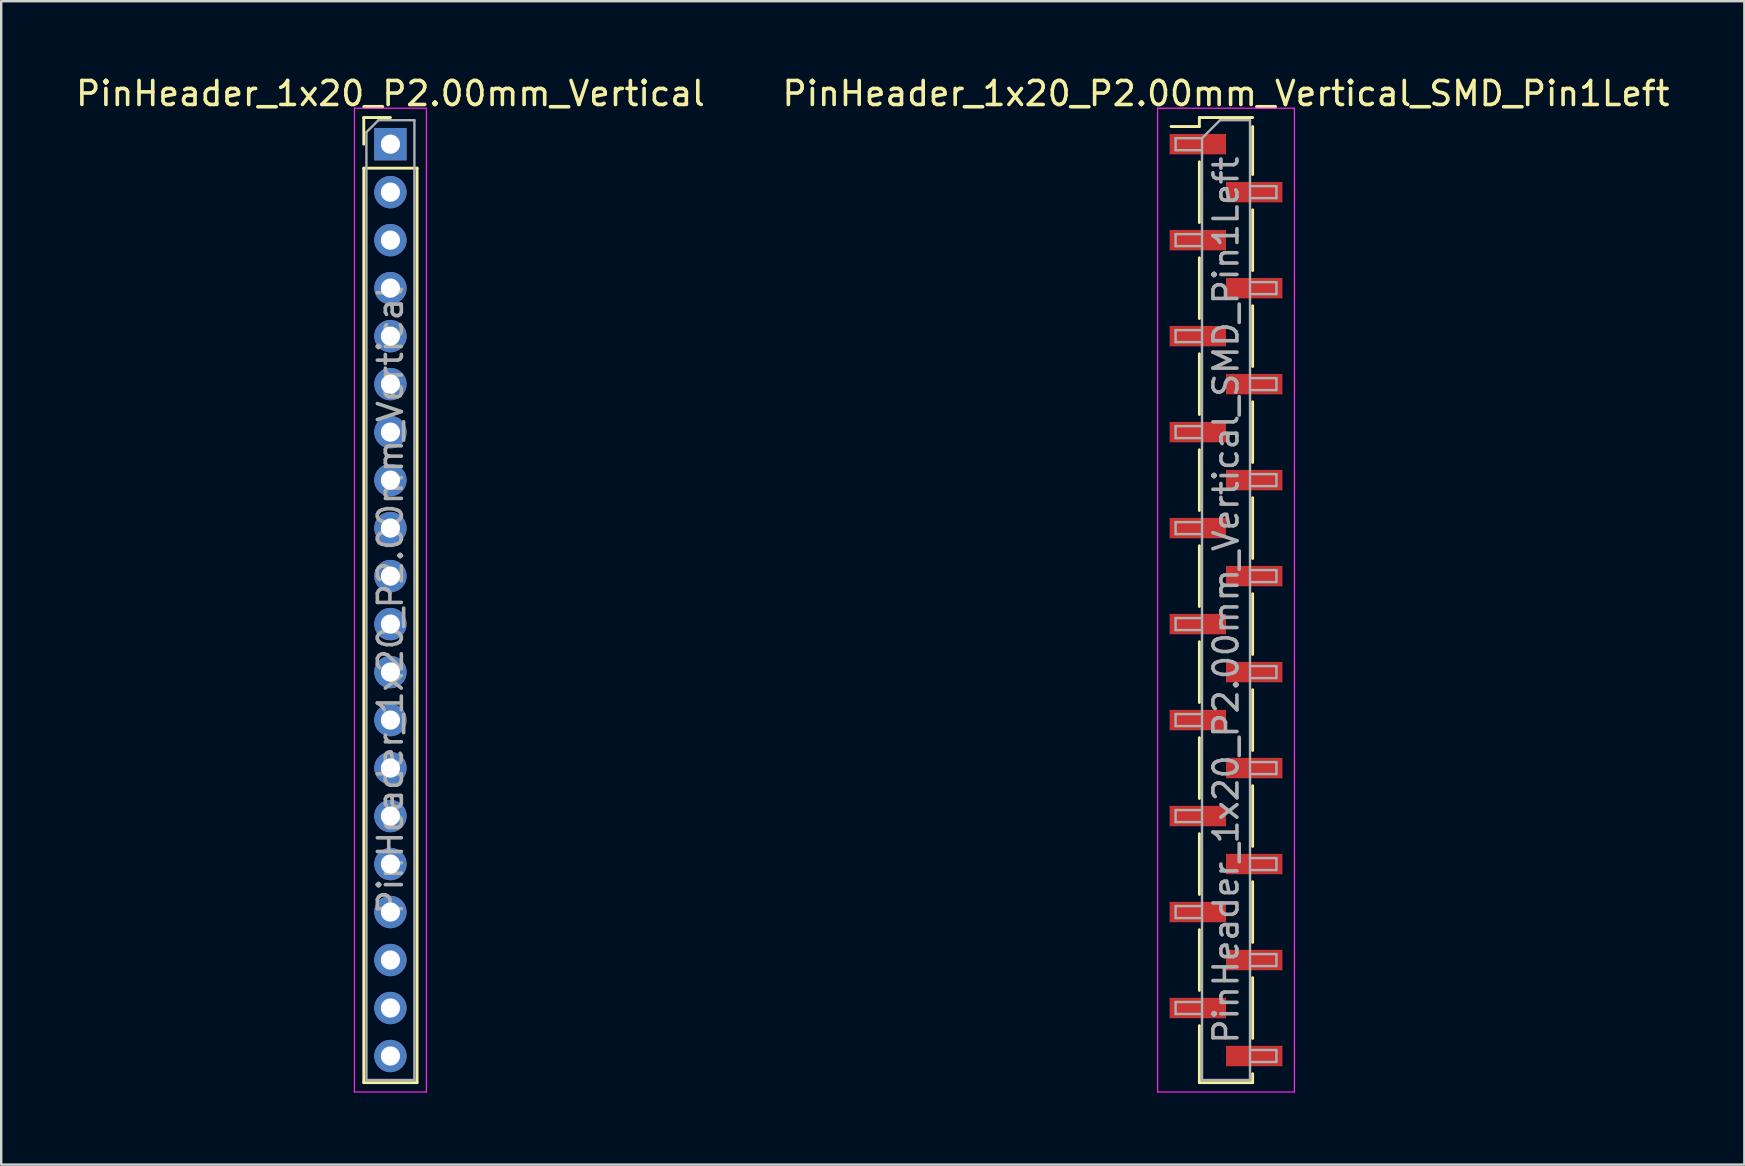
<source format=kicad_pcb>
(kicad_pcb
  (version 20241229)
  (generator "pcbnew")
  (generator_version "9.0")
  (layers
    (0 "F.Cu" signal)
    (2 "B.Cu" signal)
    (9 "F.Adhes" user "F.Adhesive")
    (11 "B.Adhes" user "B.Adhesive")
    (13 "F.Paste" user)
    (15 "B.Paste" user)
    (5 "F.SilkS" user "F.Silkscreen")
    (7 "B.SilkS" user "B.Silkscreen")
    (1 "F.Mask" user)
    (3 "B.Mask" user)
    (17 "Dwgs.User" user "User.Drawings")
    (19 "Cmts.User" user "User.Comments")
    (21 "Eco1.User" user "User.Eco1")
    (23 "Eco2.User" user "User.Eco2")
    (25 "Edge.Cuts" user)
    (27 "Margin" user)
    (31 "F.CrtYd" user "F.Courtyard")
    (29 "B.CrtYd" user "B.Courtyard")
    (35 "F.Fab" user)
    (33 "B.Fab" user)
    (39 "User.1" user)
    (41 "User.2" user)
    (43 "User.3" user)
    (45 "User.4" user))
  (footprint "PinHeader_1x20_P2.00mm_Vertical"
    (layer "F.Cu")
    (at 13.22 2.958)
    (property "Reference" "PinHeader_1x20_P2.00mm_Vertical" (at 0 -2.11 0) (layer "F.SilkS") (effects (font (size 1 1) (thickness 0.15))))
    (attr through_hole)
    (fp_line (start -1.11 -1.11) (end 0 -1.11) (stroke (width 0.12) (type solid)) (layer "F.SilkS"))
    (fp_line (start -1.11 0) (end -1.11 -1.11) (stroke (width 0.12) (type solid)) (layer "F.SilkS"))
    (fp_line (start -1.11 1) (end -1.11 39.11) (stroke (width 0.12) (type solid)) (layer "F.SilkS"))
    (fp_line (start -1.11 1) (end 1.11 1) (stroke (width 0.12) (type solid)) (layer "F.SilkS"))
    (fp_line (start -1.11 39.11) (end 1.11 39.11) (stroke (width 0.12) (type solid)) (layer "F.SilkS"))
    (fp_line (start 1.11 1) (end 1.11 39.11) (stroke (width 0.12) (type solid)) (layer "F.SilkS"))
    (fp_line (start -1.5 -1.5) (end -1.5 39.5) (stroke (width 0.05) (type solid)) (layer "F.CrtYd"))
    (fp_line (start -1.5 39.5) (end 1.5 39.5) (stroke (width 0.05) (type solid)) (layer "F.CrtYd"))
    (fp_line (start 1.5 -1.5) (end -1.5 -1.5) (stroke (width 0.05) (type solid)) (layer "F.CrtYd"))
    (fp_line (start 1.5 39.5) (end 1.5 -1.5) (stroke (width 0.05) (type solid)) (layer "F.CrtYd"))
    (fp_line (start -1 -0.5) (end -0.5 -1) (stroke (width 0.1) (type solid)) (layer "F.Fab"))
    (fp_line (start -1 39) (end -1 -0.5) (stroke (width 0.1) (type solid)) (layer "F.Fab"))
    (fp_line (start -0.5 -1) (end 1 -1) (stroke (width 0.1) (type solid)) (layer "F.Fab"))
    (fp_line (start 1 -1) (end 1 39) (stroke (width 0.1) (type solid)) (layer "F.Fab"))
    (fp_line (start 1 39) (end -1 39) (stroke (width 0.1) (type solid)) (layer "F.Fab"))
    (fp_text user "${REFERENCE}" (at 0 19 90) (layer "F.Fab") (effects (font (size 1 1) (thickness 0.15))))
    (pad "1" thru_hole rect (at 0 0) (size 1.35 1.35) (drill 0.8) (layers "*.Cu" "*.Mask"))
    (pad "2" thru_hole circle (at 0 2) (size 1.35 1.35) (drill 0.8) (layers "*.Cu" "*.Mask"))
    (pad "3" thru_hole circle (at 0 4) (size 1.35 1.35) (drill 0.8) (layers "*.Cu" "*.Mask"))
    (pad "4" thru_hole circle (at 0 6) (size 1.35 1.35) (drill 0.8) (layers "*.Cu" "*.Mask"))
    (pad "5" thru_hole circle (at 0 8) (size 1.35 1.35) (drill 0.8) (layers "*.Cu" "*.Mask"))
    (pad "6" thru_hole circle (at 0 10) (size 1.35 1.35) (drill 0.8) (layers "*.Cu" "*.Mask"))
    (pad "7" thru_hole circle (at 0 12) (size 1.35 1.35) (drill 0.8) (layers "*.Cu" "*.Mask"))
    (pad "8" thru_hole circle (at 0 14) (size 1.35 1.35) (drill 0.8) (layers "*.Cu" "*.Mask"))
    (pad "9" thru_hole circle (at 0 16) (size 1.35 1.35) (drill 0.8) (layers "*.Cu" "*.Mask"))
    (pad "10" thru_hole circle (at 0 18) (size 1.35 1.35) (drill 0.8) (layers "*.Cu" "*.Mask"))
    (pad "11" thru_hole circle (at 0 20) (size 1.35 1.35) (drill 0.8) (layers "*.Cu" "*.Mask"))
    (pad "12" thru_hole circle (at 0 22) (size 1.35 1.35) (drill 0.8) (layers "*.Cu" "*.Mask"))
    (pad "13" thru_hole circle (at 0 24) (size 1.35 1.35) (drill 0.8) (layers "*.Cu" "*.Mask"))
    (pad "14" thru_hole circle (at 0 26) (size 1.35 1.35) (drill 0.8) (layers "*.Cu" "*.Mask"))
    (pad "15" thru_hole circle (at 0 28) (size 1.35 1.35) (drill 0.8) (layers "*.Cu" "*.Mask"))
    (pad "16" thru_hole circle (at 0 30) (size 1.35 1.35) (drill 0.8) (layers "*.Cu" "*.Mask"))
    (pad "17" thru_hole circle (at 0 32) (size 1.35 1.35) (drill 0.8) (layers "*.Cu" "*.Mask"))
    (pad "18" thru_hole circle (at 0 34) (size 1.35 1.35) (drill 0.8) (layers "*.Cu" "*.Mask"))
    (pad "19" thru_hole circle (at 0 36) (size 1.35 1.35) (drill 0.8) (layers "*.Cu" "*.Mask"))
    (pad "20" thru_hole circle (at 0 38) (size 1.35 1.35) (drill 0.8) (layers "*.Cu" "*.Mask")))
  (footprint "PinHeader_1x20_P2.00mm_Vertical_SMD_Pin1Left"
    (layer "F.Cu")
    (at 48.042 21.958)
    (property "Reference" "PinHeader_1x20_P2.00mm_Vertical_SMD_Pin1Left" (at 0 -21.11 0) (layer "F.SilkS") (effects (font (size 1 1) (thickness 0.15))))
    (attr smd)
    (fp_line (start -1.11 -20.11) (end -1.11 -19.735) (stroke (width 0.12) (type solid)) (layer "F.SilkS"))
    (fp_line (start -1.11 -20.11) (end 1.11 -20.11) (stroke (width 0.12) (type solid)) (layer "F.SilkS"))
    (fp_line (start -1.11 -19.735) (end -2.29 -19.735) (stroke (width 0.12) (type solid)) (layer "F.SilkS"))
    (fp_line (start -1.11 -18.265) (end -1.11 -15.735) (stroke (width 0.12) (type solid)) (layer "F.SilkS"))
    (fp_line (start -1.11 -14.265) (end -1.11 -11.735) (stroke (width 0.12) (type solid)) (layer "F.SilkS"))
    (fp_line (start -1.11 -10.265) (end -1.11 -7.735) (stroke (width 0.12) (type solid)) (layer "F.SilkS"))
    (fp_line (start -1.11 -6.265) (end -1.11 -3.735) (stroke (width 0.12) (type solid)) (layer "F.SilkS"))
    (fp_line (start -1.11 -2.265) (end -1.11 0.265) (stroke (width 0.12) (type solid)) (layer "F.SilkS"))
    (fp_line (start -1.11 1.735) (end -1.11 4.265) (stroke (width 0.12) (type solid)) (layer "F.SilkS"))
    (fp_line (start -1.11 5.735) (end -1.11 8.265) (stroke (width 0.12) (type solid)) (layer "F.SilkS"))
    (fp_line (start -1.11 9.735) (end -1.11 12.265) (stroke (width 0.12) (type solid)) (layer "F.SilkS"))
    (fp_line (start -1.11 13.735) (end -1.11 16.265) (stroke (width 0.12) (type solid)) (layer "F.SilkS"))
    (fp_line (start -1.11 17.735) (end -1.11 20.11) (stroke (width 0.12) (type solid)) (layer "F.SilkS"))
    (fp_line (start -1.11 20.11) (end 1.11 20.11) (stroke (width 0.12) (type solid)) (layer "F.SilkS"))
    (fp_line (start 1.11 -19.735) (end 1.11 -17.735) (stroke (width 0.12) (type solid)) (layer "F.SilkS"))
    (fp_line (start 1.11 -16.265) (end 1.11 -13.735) (stroke (width 0.12) (type solid)) (layer "F.SilkS"))
    (fp_line (start 1.11 -12.265) (end 1.11 -9.735) (stroke (width 0.12) (type solid)) (layer "F.SilkS"))
    (fp_line (start 1.11 -8.265) (end 1.11 -5.735) (stroke (width 0.12) (type solid)) (layer "F.SilkS"))
    (fp_line (start 1.11 -4.265) (end 1.11 -1.735) (stroke (width 0.12) (type solid)) (layer "F.SilkS"))
    (fp_line (start 1.11 -0.265) (end 1.11 2.265) (stroke (width 0.12) (type solid)) (layer "F.SilkS"))
    (fp_line (start 1.11 3.735) (end 1.11 6.265) (stroke (width 0.12) (type solid)) (layer "F.SilkS"))
    (fp_line (start 1.11 7.735) (end 1.11 10.265) (stroke (width 0.12) (type solid)) (layer "F.SilkS"))
    (fp_line (start 1.11 11.735) (end 1.11 14.265) (stroke (width 0.12) (type solid)) (layer "F.SilkS"))
    (fp_line (start 1.11 15.735) (end 1.11 18.265) (stroke (width 0.12) (type solid)) (layer "F.SilkS"))
    (fp_line (start 1.11 19.735) (end 1.11 20.11) (stroke (width 0.12) (type solid)) (layer "F.SilkS"))
    (fp_line (start -2.85 -20.5) (end -2.85 20.5) (stroke (width 0.05) (type solid)) (layer "F.CrtYd"))
    (fp_line (start -2.85 20.5) (end 2.85 20.5) (stroke (width 0.05) (type solid)) (layer "F.CrtYd"))
    (fp_line (start 2.85 -20.5) (end -2.85 -20.5) (stroke (width 0.05) (type solid)) (layer "F.CrtYd"))
    (fp_line (start 2.85 20.5) (end 2.85 -20.5) (stroke (width 0.05) (type solid)) (layer "F.CrtYd"))
    (fp_line (start -2.1 -19.25) (end -2.1 -18.75) (stroke (width 0.1) (type solid)) (layer "F.Fab"))
    (fp_line (start -2.1 -18.75) (end -1 -18.75) (stroke (width 0.1) (type solid)) (layer "F.Fab"))
    (fp_line (start -2.1 -15.25) (end -2.1 -14.75) (stroke (width 0.1) (type solid)) (layer "F.Fab"))
    (fp_line (start -2.1 -14.75) (end -1 -14.75) (stroke (width 0.1) (type solid)) (layer "F.Fab"))
    (fp_line (start -2.1 -11.25) (end -2.1 -10.75) (stroke (width 0.1) (type solid)) (layer "F.Fab"))
    (fp_line (start -2.1 -10.75) (end -1 -10.75) (stroke (width 0.1) (type solid)) (layer "F.Fab"))
    (fp_line (start -2.1 -7.25) (end -2.1 -6.75) (stroke (width 0.1) (type solid)) (layer "F.Fab"))
    (fp_line (start -2.1 -6.75) (end -1 -6.75) (stroke (width 0.1) (type solid)) (layer "F.Fab"))
    (fp_line (start -2.1 -3.25) (end -2.1 -2.75) (stroke (width 0.1) (type solid)) (layer "F.Fab"))
    (fp_line (start -2.1 -2.75) (end -1 -2.75) (stroke (width 0.1) (type solid)) (layer "F.Fab"))
    (fp_line (start -2.1 0.75) (end -2.1 1.25) (stroke (width 0.1) (type solid)) (layer "F.Fab"))
    (fp_line (start -2.1 1.25) (end -1 1.25) (stroke (width 0.1) (type solid)) (layer "F.Fab"))
    (fp_line (start -2.1 4.75) (end -2.1 5.25) (stroke (width 0.1) (type solid)) (layer "F.Fab"))
    (fp_line (start -2.1 5.25) (end -1 5.25) (stroke (width 0.1) (type solid)) (layer "F.Fab"))
    (fp_line (start -2.1 8.75) (end -2.1 9.25) (stroke (width 0.1) (type solid)) (layer "F.Fab"))
    (fp_line (start -2.1 9.25) (end -1 9.25) (stroke (width 0.1) (type solid)) (layer "F.Fab"))
    (fp_line (start -2.1 12.75) (end -2.1 13.25) (stroke (width 0.1) (type solid)) (layer "F.Fab"))
    (fp_line (start -2.1 13.25) (end -1 13.25) (stroke (width 0.1) (type solid)) (layer "F.Fab"))
    (fp_line (start -2.1 16.75) (end -2.1 17.25) (stroke (width 0.1) (type solid)) (layer "F.Fab"))
    (fp_line (start -2.1 17.25) (end -1 17.25) (stroke (width 0.1) (type solid)) (layer "F.Fab"))
    (fp_line (start -1 -19.25) (end -2.1 -19.25) (stroke (width 0.1) (type solid)) (layer "F.Fab"))
    (fp_line (start -1 -19.25) (end -0.25 -20) (stroke (width 0.1) (type solid)) (layer "F.Fab"))
    (fp_line (start -1 -15.25) (end -2.1 -15.25) (stroke (width 0.1) (type solid)) (layer "F.Fab"))
    (fp_line (start -1 -11.25) (end -2.1 -11.25) (stroke (width 0.1) (type solid)) (layer "F.Fab"))
    (fp_line (start -1 -7.25) (end -2.1 -7.25) (stroke (width 0.1) (type solid)) (layer "F.Fab"))
    (fp_line (start -1 -3.25) (end -2.1 -3.25) (stroke (width 0.1) (type solid)) (layer "F.Fab"))
    (fp_line (start -1 0.75) (end -2.1 0.75) (stroke (width 0.1) (type solid)) (layer "F.Fab"))
    (fp_line (start -1 4.75) (end -2.1 4.75) (stroke (width 0.1) (type solid)) (layer "F.Fab"))
    (fp_line (start -1 8.75) (end -2.1 8.75) (stroke (width 0.1) (type solid)) (layer "F.Fab"))
    (fp_line (start -1 12.75) (end -2.1 12.75) (stroke (width 0.1) (type solid)) (layer "F.Fab"))
    (fp_line (start -1 16.75) (end -2.1 16.75) (stroke (width 0.1) (type solid)) (layer "F.Fab"))
    (fp_line (start -1 20) (end -1 -19.25) (stroke (width 0.1) (type solid)) (layer "F.Fab"))
    (fp_line (start -0.25 -20) (end 1 -20) (stroke (width 0.1) (type solid)) (layer "F.Fab"))
    (fp_line (start 1 -20) (end 1 20) (stroke (width 0.1) (type solid)) (layer "F.Fab"))
    (fp_line (start 1 -17.25) (end 2.1 -17.25) (stroke (width 0.1) (type solid)) (layer "F.Fab"))
    (fp_line (start 1 -13.25) (end 2.1 -13.25) (stroke (width 0.1) (type solid)) (layer "F.Fab"))
    (fp_line (start 1 -9.25) (end 2.1 -9.25) (stroke (width 0.1) (type solid)) (layer "F.Fab"))
    (fp_line (start 1 -5.25) (end 2.1 -5.25) (stroke (width 0.1) (type solid)) (layer "F.Fab"))
    (fp_line (start 1 -1.25) (end 2.1 -1.25) (stroke (width 0.1) (type solid)) (layer "F.Fab"))
    (fp_line (start 1 2.75) (end 2.1 2.75) (stroke (width 0.1) (type solid)) (layer "F.Fab"))
    (fp_line (start 1 6.75) (end 2.1 6.75) (stroke (width 0.1) (type solid)) (layer "F.Fab"))
    (fp_line (start 1 10.75) (end 2.1 10.75) (stroke (width 0.1) (type solid)) (layer "F.Fab"))
    (fp_line (start 1 14.75) (end 2.1 14.75) (stroke (width 0.1) (type solid)) (layer "F.Fab"))
    (fp_line (start 1 18.75) (end 2.1 18.75) (stroke (width 0.1) (type solid)) (layer "F.Fab"))
    (fp_line (start 1 20) (end -1 20) (stroke (width 0.1) (type solid)) (layer "F.Fab"))
    (fp_line (start 2.1 -17.25) (end 2.1 -16.75) (stroke (width 0.1) (type solid)) (layer "F.Fab"))
    (fp_line (start 2.1 -16.75) (end 1 -16.75) (stroke (width 0.1) (type solid)) (layer "F.Fab"))
    (fp_line (start 2.1 -13.25) (end 2.1 -12.75) (stroke (width 0.1) (type solid)) (layer "F.Fab"))
    (fp_line (start 2.1 -12.75) (end 1 -12.75) (stroke (width 0.1) (type solid)) (layer "F.Fab"))
    (fp_line (start 2.1 -9.25) (end 2.1 -8.75) (stroke (width 0.1) (type solid)) (layer "F.Fab"))
    (fp_line (start 2.1 -8.75) (end 1 -8.75) (stroke (width 0.1) (type solid)) (layer "F.Fab"))
    (fp_line (start 2.1 -5.25) (end 2.1 -4.75) (stroke (width 0.1) (type solid)) (layer "F.Fab"))
    (fp_line (start 2.1 -4.75) (end 1 -4.75) (stroke (width 0.1) (type solid)) (layer "F.Fab"))
    (fp_line (start 2.1 -1.25) (end 2.1 -0.75) (stroke (width 0.1) (type solid)) (layer "F.Fab"))
    (fp_line (start 2.1 -0.75) (end 1 -0.75) (stroke (width 0.1) (type solid)) (layer "F.Fab"))
    (fp_line (start 2.1 2.75) (end 2.1 3.25) (stroke (width 0.1) (type solid)) (layer "F.Fab"))
    (fp_line (start 2.1 3.25) (end 1 3.25) (stroke (width 0.1) (type solid)) (layer "F.Fab"))
    (fp_line (start 2.1 6.75) (end 2.1 7.25) (stroke (width 0.1) (type solid)) (layer "F.Fab"))
    (fp_line (start 2.1 7.25) (end 1 7.25) (stroke (width 0.1) (type solid)) (layer "F.Fab"))
    (fp_line (start 2.1 10.75) (end 2.1 11.25) (stroke (width 0.1) (type solid)) (layer "F.Fab"))
    (fp_line (start 2.1 11.25) (end 1 11.25) (stroke (width 0.1) (type solid)) (layer "F.Fab"))
    (fp_line (start 2.1 14.75) (end 2.1 15.25) (stroke (width 0.1) (type solid)) (layer "F.Fab"))
    (fp_line (start 2.1 15.25) (end 1 15.25) (stroke (width 0.1) (type solid)) (layer "F.Fab"))
    (fp_line (start 2.1 18.75) (end 2.1 19.25) (stroke (width 0.1) (type solid)) (layer "F.Fab"))
    (fp_line (start 2.1 19.25) (end 1 19.25) (stroke (width 0.1) (type solid)) (layer "F.Fab"))
    (fp_text user "${REFERENCE}" (at 0 0 90) (layer "F.Fab") (effects (font (size 1 1) (thickness 0.15))))
    (pad "1" smd rect (at -1.175 -19) (size 2.35 0.85) (layers "F.Cu" "F.Mask" "F.Paste"))
    (pad "2" smd rect (at 1.175 -17) (size 2.35 0.85) (layers "F.Cu" "F.Mask" "F.Paste"))
    (pad "3" smd rect (at -1.175 -15) (size 2.35 0.85) (layers "F.Cu" "F.Mask" "F.Paste"))
    (pad "4" smd rect (at 1.175 -13) (size 2.35 0.85) (layers "F.Cu" "F.Mask" "F.Paste"))
    (pad "5" smd rect (at -1.175 -11) (size 2.35 0.85) (layers "F.Cu" "F.Mask" "F.Paste"))
    (pad "6" smd rect (at 1.175 -9) (size 2.35 0.85) (layers "F.Cu" "F.Mask" "F.Paste"))
    (pad "7" smd rect (at -1.175 -7) (size 2.35 0.85) (layers "F.Cu" "F.Mask" "F.Paste"))
    (pad "8" smd rect (at 1.175 -5) (size 2.35 0.85) (layers "F.Cu" "F.Mask" "F.Paste"))
    (pad "9" smd rect (at -1.175 -3) (size 2.35 0.85) (layers "F.Cu" "F.Mask" "F.Paste"))
    (pad "10" smd rect (at 1.175 -1) (size 2.35 0.85) (layers "F.Cu" "F.Mask" "F.Paste"))
    (pad "11" smd rect (at -1.175 1) (size 2.35 0.85) (layers "F.Cu" "F.Mask" "F.Paste"))
    (pad "12" smd rect (at 1.175 3) (size 2.35 0.85) (layers "F.Cu" "F.Mask" "F.Paste"))
    (pad "13" smd rect (at -1.175 5) (size 2.35 0.85) (layers "F.Cu" "F.Mask" "F.Paste"))
    (pad "14" smd rect (at 1.175 7) (size 2.35 0.85) (layers "F.Cu" "F.Mask" "F.Paste"))
    (pad "15" smd rect (at -1.175 9) (size 2.35 0.85) (layers "F.Cu" "F.Mask" "F.Paste"))
    (pad "16" smd rect (at 1.175 11) (size 2.35 0.85) (layers "F.Cu" "F.Mask" "F.Paste"))
    (pad "17" smd rect (at -1.175 13) (size 2.35 0.85) (layers "F.Cu" "F.Mask" "F.Paste"))
    (pad "18" smd rect (at 1.175 15) (size 2.35 0.85) (layers "F.Cu" "F.Mask" "F.Paste"))
    (pad "19" smd rect (at -1.175 17) (size 2.35 0.85) (layers "F.Cu" "F.Mask" "F.Paste"))
    (pad "20" smd rect (at 1.175 19) (size 2.35 0.85) (layers "F.Cu" "F.Mask" "F.Paste")))
  (gr_rect
    (start -3 -3)
    (end 69.643 45.483)
    (stroke (width 0.1) (type default))
    (fill no)
    (layer "Edge.Cuts")))
</source>
